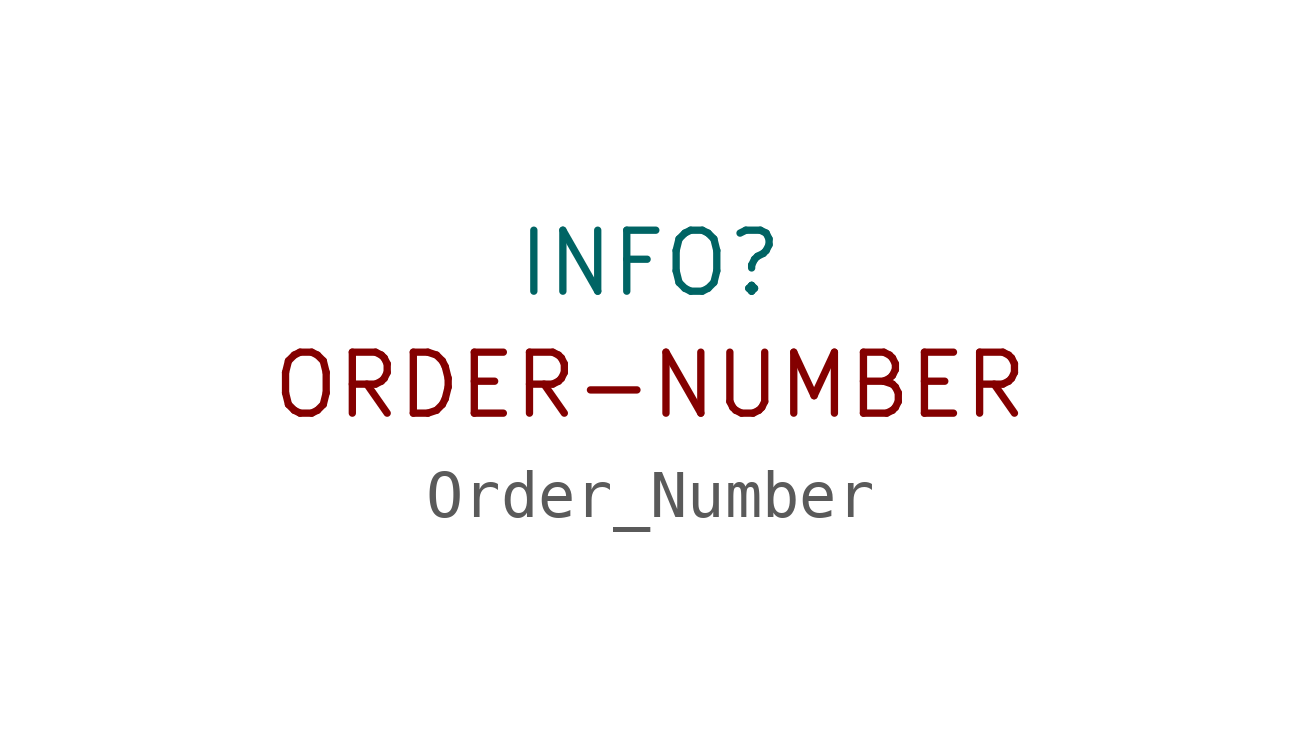
<source format=kicad_sym>
(kicad_symbol_lib
  (version 20220914)
  (generator kicad_symbol_editor)
  (symbol "Order_Number"
    (property "Reference" "INFO"
      (at 0 2.54 0)
      (effects (font (size 1.27 1.27))))
    (symbol "Order_Number_0_0"
      (text "ORDER-NUMBER" (at 0 0 0) (effects (font (size 1.27 1.27)))))))
</source>
